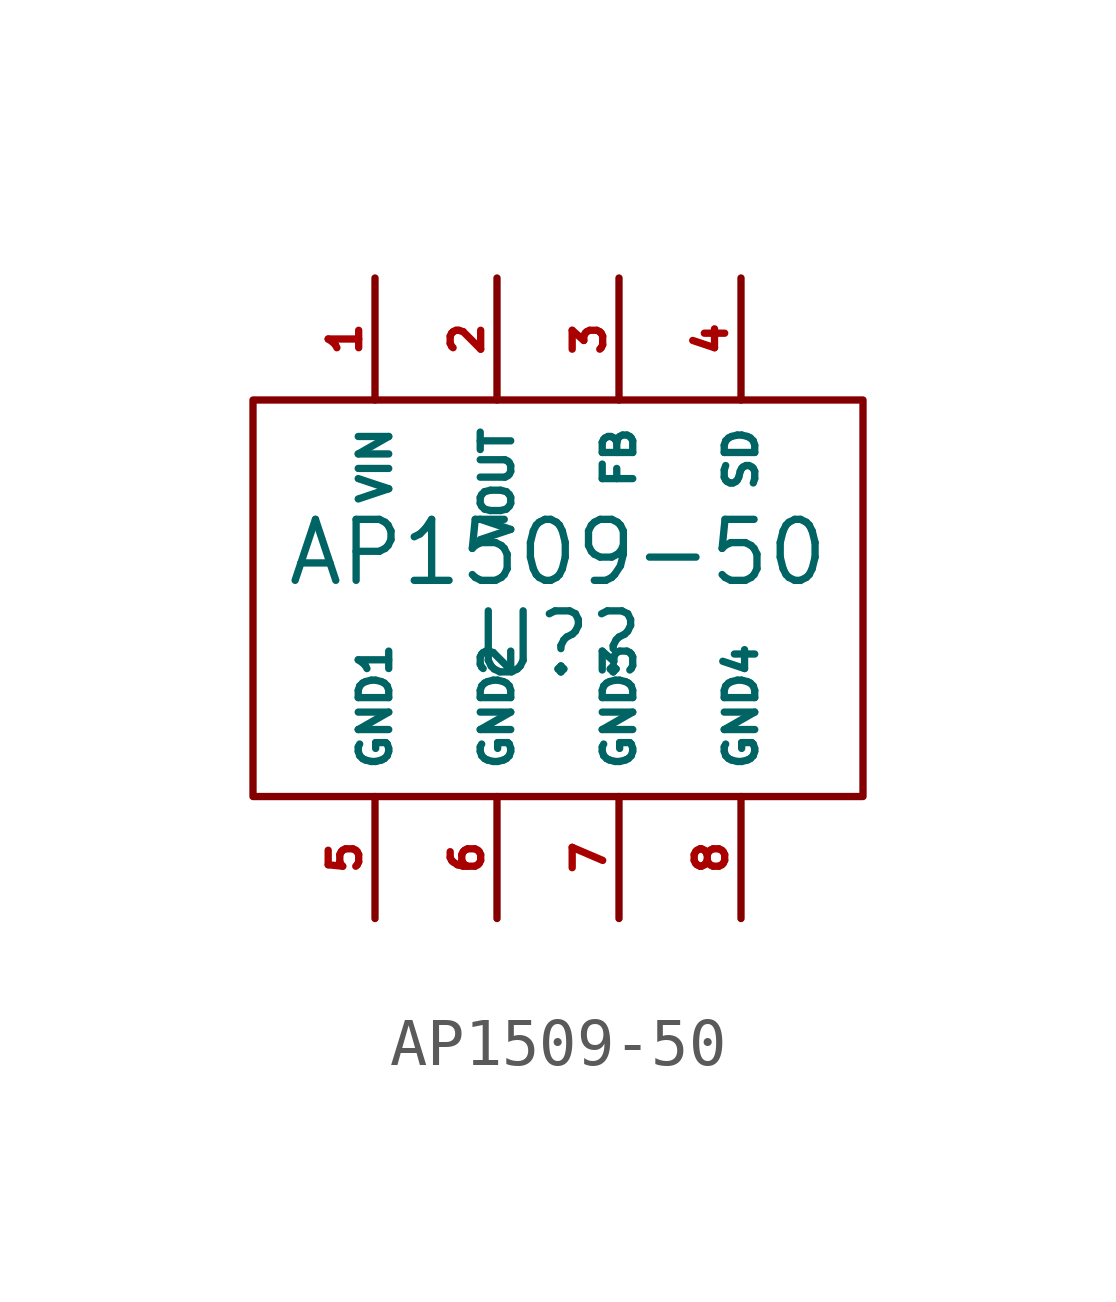
<source format=kicad_sym>
(kicad_symbol_lib
  (version 20211014)
  (generator kicad_symbol_editor)
  (symbol "AP1509-50"
    (property "Reference" "U?"
      (at 0 -1.27 0)
      (effects (font (size 1.27 1.27))))
    (property "Value" "AP1509-50"
      (at 0 0.635 0)
      (effects (font (size 1.27 1.27))))
    (symbol "AP1509-50_0_1"
      (rectangle (start -6.35 3.81) (end 6.35 -4.445) (stroke (width 0) (type default) (color 0 0 0 0)) (fill (type none))))
    (symbol "AP1509-50_1_1"
      (pin power_in line (at -3.81 6.35 270) (length 2.54) (name "VIN" (effects (font (size 0.635 0.635)))) (number "1" (effects (font (size 0.635 0.635)))))
      (pin power_out line (at -1.27 6.35 270) (length 2.54) (name "VOUT" (effects (font (size 0.635 0.635)))) (number "2" (effects (font (size 0.635 0.635)))))
      (pin power_in line (at 1.27 6.35 270) (length 2.54) (name "FB" (effects (font (size 0.635 0.635)))) (number "3" (effects (font (size 0.635 0.635)))))
      (pin input line (at 3.81 6.35 270) (length 2.54) (name "SD" (effects (font (size 0.635 0.635)))) (number "4" (effects (font (size 0.635 0.635)))))
      (pin power_in line (at -3.81 -6.985 90) (length 2.54) (name "GND1" (effects (font (size 0.635 0.635)))) (number "5" (effects (font (size 0.635 0.635)))))
      (pin power_in line (at -1.27 -6.985 90) (length 2.54) (name "GND2" (effects (font (size 0.635 0.635)))) (number "6" (effects (font (size 0.635 0.635)))))
      (pin power_in line (at 1.27 -6.985 90) (length 2.54) (name "GND3" (effects (font (size 0.635 0.635)))) (number "7" (effects (font (size 0.635 0.635)))))
      (pin power_in line (at 3.81 -6.985 90) (length 2.54) (name "GND4" (effects (font (size 0.635 0.635)))) (number "8" (effects (font (size 0.635 0.635))))))))
</source>
